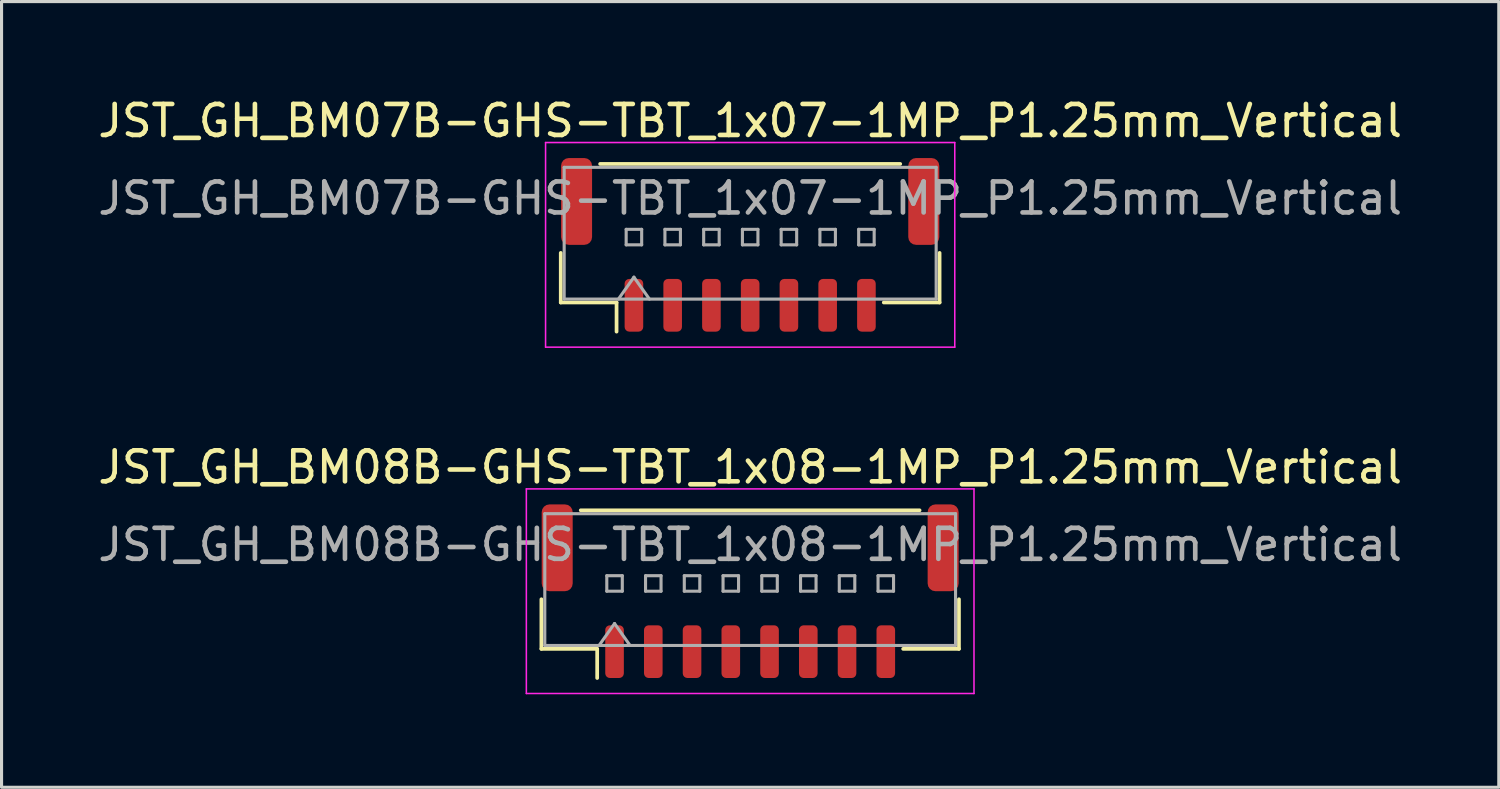
<source format=kicad_pcb>
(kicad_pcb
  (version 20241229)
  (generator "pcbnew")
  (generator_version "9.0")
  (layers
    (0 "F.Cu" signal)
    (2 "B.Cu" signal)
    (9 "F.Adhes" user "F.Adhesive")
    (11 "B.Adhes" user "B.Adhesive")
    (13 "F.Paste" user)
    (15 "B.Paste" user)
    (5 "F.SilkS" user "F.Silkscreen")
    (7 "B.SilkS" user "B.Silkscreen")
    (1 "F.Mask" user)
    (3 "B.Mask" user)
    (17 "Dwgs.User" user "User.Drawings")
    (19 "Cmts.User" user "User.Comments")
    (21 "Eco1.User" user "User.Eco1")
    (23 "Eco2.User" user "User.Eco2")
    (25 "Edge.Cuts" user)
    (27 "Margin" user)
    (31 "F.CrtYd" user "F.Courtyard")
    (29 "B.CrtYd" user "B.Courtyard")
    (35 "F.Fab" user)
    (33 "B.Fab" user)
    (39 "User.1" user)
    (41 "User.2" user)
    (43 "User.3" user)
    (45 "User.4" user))
  (footprint "JST_GH_BM08B-GHS-TBT_1x08-1MP_P1.25mm_Vertical"
    (layer "F.Cu")
    (at 21.149 16.021)
    (property "Reference" "JST_GH_BM08B-GHS-TBT_1x08-1MP_P1.25mm_Vertical" (at 0 -4 0) (layer "F.SilkS") (effects (font (size 1 1) (thickness 0.15))))
    (attr smd)
    (fp_line (start -6.735 0.26) (end -6.735 1.86) (stroke (width 0.12) (type solid)) (layer "F.SilkS"))
    (fp_line (start -6.735 1.86) (end -4.935 1.86) (stroke (width 0.12) (type solid)) (layer "F.SilkS"))
    (fp_line (start -5.465 -2.61) (end 5.465 -2.61) (stroke (width 0.12) (type solid)) (layer "F.SilkS"))
    (fp_line (start -4.935 1.86) (end -4.935 2.8) (stroke (width 0.12) (type solid)) (layer "F.SilkS"))
    (fp_line (start 6.735 0.26) (end 6.735 1.86) (stroke (width 0.12) (type solid)) (layer "F.SilkS"))
    (fp_line (start 6.735 1.86) (end 4.935 1.86) (stroke (width 0.12) (type solid)) (layer "F.SilkS"))
    (fp_line (start -7.22 -3.3) (end -7.22 3.3) (stroke (width 0.05) (type solid)) (layer "F.CrtYd"))
    (fp_line (start -7.22 3.3) (end 7.22 3.3) (stroke (width 0.05) (type solid)) (layer "F.CrtYd"))
    (fp_line (start 7.22 -3.3) (end -7.22 -3.3) (stroke (width 0.05) (type solid)) (layer "F.CrtYd"))
    (fp_line (start 7.22 3.3) (end 7.22 -3.3) (stroke (width 0.05) (type solid)) (layer "F.CrtYd"))
    (fp_line (start -6.625 -2.5) (end 6.625 -2.5) (stroke (width 0.1) (type solid)) (layer "F.Fab"))
    (fp_line (start -6.625 1.75) (end -6.625 -2.5) (stroke (width 0.1) (type solid)) (layer "F.Fab"))
    (fp_line (start -6.625 1.75) (end 6.625 1.75) (stroke (width 0.1) (type solid)) (layer "F.Fab"))
    (fp_line (start -4.875 1.75) (end -4.375 1.043) (stroke (width 0.1) (type solid)) (layer "F.Fab"))
    (fp_line (start -4.625 -0.5) (end -4.625 0) (stroke (width 0.1) (type solid)) (layer "F.Fab"))
    (fp_line (start -4.625 0) (end -4.125 0) (stroke (width 0.1) (type solid)) (layer "F.Fab"))
    (fp_line (start -4.375 1.043) (end -3.875 1.75) (stroke (width 0.1) (type solid)) (layer "F.Fab"))
    (fp_line (start -4.125 -0.5) (end -4.625 -0.5) (stroke (width 0.1) (type solid)) (layer "F.Fab"))
    (fp_line (start -4.125 0) (end -4.125 -0.5) (stroke (width 0.1) (type solid)) (layer "F.Fab"))
    (fp_line (start -3.375 -0.5) (end -3.375 0) (stroke (width 0.1) (type solid)) (layer "F.Fab"))
    (fp_line (start -3.375 0) (end -2.875 0) (stroke (width 0.1) (type solid)) (layer "F.Fab"))
    (fp_line (start -2.875 -0.5) (end -3.375 -0.5) (stroke (width 0.1) (type solid)) (layer "F.Fab"))
    (fp_line (start -2.875 0) (end -2.875 -0.5) (stroke (width 0.1) (type solid)) (layer "F.Fab"))
    (fp_line (start -2.125 -0.5) (end -2.125 0) (stroke (width 0.1) (type solid)) (layer "F.Fab"))
    (fp_line (start -2.125 0) (end -1.625 0) (stroke (width 0.1) (type solid)) (layer "F.Fab"))
    (fp_line (start -1.625 -0.5) (end -2.125 -0.5) (stroke (width 0.1) (type solid)) (layer "F.Fab"))
    (fp_line (start -1.625 0) (end -1.625 -0.5) (stroke (width 0.1) (type solid)) (layer "F.Fab"))
    (fp_line (start -0.875 -0.5) (end -0.875 0) (stroke (width 0.1) (type solid)) (layer "F.Fab"))
    (fp_line (start -0.875 0) (end -0.375 0) (stroke (width 0.1) (type solid)) (layer "F.Fab"))
    (fp_line (start -0.375 -0.5) (end -0.875 -0.5) (stroke (width 0.1) (type solid)) (layer "F.Fab"))
    (fp_line (start -0.375 0) (end -0.375 -0.5) (stroke (width 0.1) (type solid)) (layer "F.Fab"))
    (fp_line (start 0.375 -0.5) (end 0.375 0) (stroke (width 0.1) (type solid)) (layer "F.Fab"))
    (fp_line (start 0.375 0) (end 0.875 0) (stroke (width 0.1) (type solid)) (layer "F.Fab"))
    (fp_line (start 0.875 -0.5) (end 0.375 -0.5) (stroke (width 0.1) (type solid)) (layer "F.Fab"))
    (fp_line (start 0.875 0) (end 0.875 -0.5) (stroke (width 0.1) (type solid)) (layer "F.Fab"))
    (fp_line (start 1.625 -0.5) (end 1.625 0) (stroke (width 0.1) (type solid)) (layer "F.Fab"))
    (fp_line (start 1.625 0) (end 2.125 0) (stroke (width 0.1) (type solid)) (layer "F.Fab"))
    (fp_line (start 2.125 -0.5) (end 1.625 -0.5) (stroke (width 0.1) (type solid)) (layer "F.Fab"))
    (fp_line (start 2.125 0) (end 2.125 -0.5) (stroke (width 0.1) (type solid)) (layer "F.Fab"))
    (fp_line (start 2.875 -0.5) (end 2.875 0) (stroke (width 0.1) (type solid)) (layer "F.Fab"))
    (fp_line (start 2.875 0) (end 3.375 0) (stroke (width 0.1) (type solid)) (layer "F.Fab"))
    (fp_line (start 3.375 -0.5) (end 2.875 -0.5) (stroke (width 0.1) (type solid)) (layer "F.Fab"))
    (fp_line (start 3.375 0) (end 3.375 -0.5) (stroke (width 0.1) (type solid)) (layer "F.Fab"))
    (fp_line (start 4.125 -0.5) (end 4.125 0) (stroke (width 0.1) (type solid)) (layer "F.Fab"))
    (fp_line (start 4.125 0) (end 4.625 0) (stroke (width 0.1) (type solid)) (layer "F.Fab"))
    (fp_line (start 4.625 -0.5) (end 4.125 -0.5) (stroke (width 0.1) (type solid)) (layer "F.Fab"))
    (fp_line (start 4.625 0) (end 4.625 -0.5) (stroke (width 0.1) (type solid)) (layer "F.Fab"))
    (fp_line (start 6.625 1.75) (end 6.625 -2.5) (stroke (width 0.1) (type solid)) (layer "F.Fab"))
    (fp_text user "${REFERENCE}" (at 0 -1.5 0) (layer "F.Fab") (effects (font (size 1 1) (thickness 0.15))))
    (pad "1" smd roundrect (at -4.375 1.95) (size 0.6 1.7) (layers "F.Cu" "F.Mask" "F.Paste") (roundrect_rratio 0.25))
    (pad "2" smd roundrect (at -3.125 1.95) (size 0.6 1.7) (layers "F.Cu" "F.Mask" "F.Paste") (roundrect_rratio 0.25))
    (pad "3" smd roundrect (at -1.875 1.95) (size 0.6 1.7) (layers "F.Cu" "F.Mask" "F.Paste") (roundrect_rratio 0.25))
    (pad "4" smd roundrect (at -0.625 1.95) (size 0.6 1.7) (layers "F.Cu" "F.Mask" "F.Paste") (roundrect_rratio 0.25))
    (pad "5" smd roundrect (at 0.625 1.95) (size 0.6 1.7) (layers "F.Cu" "F.Mask" "F.Paste") (roundrect_rratio 0.25))
    (pad "6" smd roundrect (at 1.875 1.95) (size 0.6 1.7) (layers "F.Cu" "F.Mask" "F.Paste") (roundrect_rratio 0.25))
    (pad "7" smd roundrect (at 3.125 1.95) (size 0.6 1.7) (layers "F.Cu" "F.Mask" "F.Paste") (roundrect_rratio 0.25))
    (pad "8" smd roundrect (at 4.375 1.95) (size 0.6 1.7) (layers "F.Cu" "F.Mask" "F.Paste") (roundrect_rratio 0.25))
    (pad "MP" smd roundrect (at -6.225 -1.4) (size 1 2.8) (layers "F.Cu" "F.Mask" "F.Paste") (roundrect_rratio 0.25))
    (pad "MP" smd roundrect (at 6.225 -1.4) (size 1 2.8) (layers "F.Cu" "F.Mask" "F.Paste") (roundrect_rratio 0.25)))
  (footprint "JST_GH_BM07B-GHS-TBT_1x07-1MP_P1.25mm_Vertical"
    (layer "F.Cu")
    (at 21.149 4.848)
    (property "Reference" "JST_GH_BM07B-GHS-TBT_1x07-1MP_P1.25mm_Vertical" (at 0 -4 0) (layer "F.SilkS") (effects (font (size 1 1) (thickness 0.15))))
    (attr smd)
    (fp_line (start -6.11 0.26) (end -6.11 1.86) (stroke (width 0.12) (type solid)) (layer "F.SilkS"))
    (fp_line (start -6.11 1.86) (end -4.31 1.86) (stroke (width 0.12) (type solid)) (layer "F.SilkS"))
    (fp_line (start -4.84 -2.61) (end 4.84 -2.61) (stroke (width 0.12) (type solid)) (layer "F.SilkS"))
    (fp_line (start -4.31 1.86) (end -4.31 2.8) (stroke (width 0.12) (type solid)) (layer "F.SilkS"))
    (fp_line (start 6.11 0.26) (end 6.11 1.86) (stroke (width 0.12) (type solid)) (layer "F.SilkS"))
    (fp_line (start 6.11 1.86) (end 4.31 1.86) (stroke (width 0.12) (type solid)) (layer "F.SilkS"))
    (fp_line (start -6.6 -3.3) (end -6.6 3.3) (stroke (width 0.05) (type solid)) (layer "F.CrtYd"))
    (fp_line (start -6.6 3.3) (end 6.6 3.3) (stroke (width 0.05) (type solid)) (layer "F.CrtYd"))
    (fp_line (start 6.6 -3.3) (end -6.6 -3.3) (stroke (width 0.05) (type solid)) (layer "F.CrtYd"))
    (fp_line (start 6.6 3.3) (end 6.6 -3.3) (stroke (width 0.05) (type solid)) (layer "F.CrtYd"))
    (fp_line (start -6 -2.5) (end 6 -2.5) (stroke (width 0.1) (type solid)) (layer "F.Fab"))
    (fp_line (start -6 1.75) (end -6 -2.5) (stroke (width 0.1) (type solid)) (layer "F.Fab"))
    (fp_line (start -6 1.75) (end 6 1.75) (stroke (width 0.1) (type solid)) (layer "F.Fab"))
    (fp_line (start -4.25 1.75) (end -3.75 1.043) (stroke (width 0.1) (type solid)) (layer "F.Fab"))
    (fp_line (start -4 -0.5) (end -4 0) (stroke (width 0.1) (type solid)) (layer "F.Fab"))
    (fp_line (start -4 0) (end -3.5 0) (stroke (width 0.1) (type solid)) (layer "F.Fab"))
    (fp_line (start -3.75 1.043) (end -3.25 1.75) (stroke (width 0.1) (type solid)) (layer "F.Fab"))
    (fp_line (start -3.5 -0.5) (end -4 -0.5) (stroke (width 0.1) (type solid)) (layer "F.Fab"))
    (fp_line (start -3.5 0) (end -3.5 -0.5) (stroke (width 0.1) (type solid)) (layer "F.Fab"))
    (fp_line (start -2.75 -0.5) (end -2.75 0) (stroke (width 0.1) (type solid)) (layer "F.Fab"))
    (fp_line (start -2.75 0) (end -2.25 0) (stroke (width 0.1) (type solid)) (layer "F.Fab"))
    (fp_line (start -2.25 -0.5) (end -2.75 -0.5) (stroke (width 0.1) (type solid)) (layer "F.Fab"))
    (fp_line (start -2.25 0) (end -2.25 -0.5) (stroke (width 0.1) (type solid)) (layer "F.Fab"))
    (fp_line (start -1.5 -0.5) (end -1.5 0) (stroke (width 0.1) (type solid)) (layer "F.Fab"))
    (fp_line (start -1.5 0) (end -1 0) (stroke (width 0.1) (type solid)) (layer "F.Fab"))
    (fp_line (start -1 -0.5) (end -1.5 -0.5) (stroke (width 0.1) (type solid)) (layer "F.Fab"))
    (fp_line (start -1 0) (end -1 -0.5) (stroke (width 0.1) (type solid)) (layer "F.Fab"))
    (fp_line (start -0.25 -0.5) (end -0.25 0) (stroke (width 0.1) (type solid)) (layer "F.Fab"))
    (fp_line (start -0.25 0) (end 0.25 0) (stroke (width 0.1) (type solid)) (layer "F.Fab"))
    (fp_line (start 0.25 -0.5) (end -0.25 -0.5) (stroke (width 0.1) (type solid)) (layer "F.Fab"))
    (fp_line (start 0.25 0) (end 0.25 -0.5) (stroke (width 0.1) (type solid)) (layer "F.Fab"))
    (fp_line (start 1 -0.5) (end 1 0) (stroke (width 0.1) (type solid)) (layer "F.Fab"))
    (fp_line (start 1 0) (end 1.5 0) (stroke (width 0.1) (type solid)) (layer "F.Fab"))
    (fp_line (start 1.5 -0.5) (end 1 -0.5) (stroke (width 0.1) (type solid)) (layer "F.Fab"))
    (fp_line (start 1.5 0) (end 1.5 -0.5) (stroke (width 0.1) (type solid)) (layer "F.Fab"))
    (fp_line (start 2.25 -0.5) (end 2.25 0) (stroke (width 0.1) (type solid)) (layer "F.Fab"))
    (fp_line (start 2.25 0) (end 2.75 0) (stroke (width 0.1) (type solid)) (layer "F.Fab"))
    (fp_line (start 2.75 -0.5) (end 2.25 -0.5) (stroke (width 0.1) (type solid)) (layer "F.Fab"))
    (fp_line (start 2.75 0) (end 2.75 -0.5) (stroke (width 0.1) (type solid)) (layer "F.Fab"))
    (fp_line (start 3.5 -0.5) (end 3.5 0) (stroke (width 0.1) (type solid)) (layer "F.Fab"))
    (fp_line (start 3.5 0) (end 4 0) (stroke (width 0.1) (type solid)) (layer "F.Fab"))
    (fp_line (start 4 -0.5) (end 3.5 -0.5) (stroke (width 0.1) (type solid)) (layer "F.Fab"))
    (fp_line (start 4 0) (end 4 -0.5) (stroke (width 0.1) (type solid)) (layer "F.Fab"))
    (fp_line (start 6 1.75) (end 6 -2.5) (stroke (width 0.1) (type solid)) (layer "F.Fab"))
    (fp_text user "${REFERENCE}" (at 0 -1.5 0) (layer "F.Fab") (effects (font (size 1 1) (thickness 0.15))))
    (pad "1" smd roundrect (at -3.75 1.95) (size 0.6 1.7) (layers "F.Cu" "F.Mask" "F.Paste") (roundrect_rratio 0.25))
    (pad "2" smd roundrect (at -2.5 1.95) (size 0.6 1.7) (layers "F.Cu" "F.Mask" "F.Paste") (roundrect_rratio 0.25))
    (pad "3" smd roundrect (at -1.25 1.95) (size 0.6 1.7) (layers "F.Cu" "F.Mask" "F.Paste") (roundrect_rratio 0.25))
    (pad "4" smd roundrect (at 0 1.95) (size 0.6 1.7) (layers "F.Cu" "F.Mask" "F.Paste") (roundrect_rratio 0.25))
    (pad "5" smd roundrect (at 1.25 1.95) (size 0.6 1.7) (layers "F.Cu" "F.Mask" "F.Paste") (roundrect_rratio 0.25))
    (pad "6" smd roundrect (at 2.5 1.95) (size 0.6 1.7) (layers "F.Cu" "F.Mask" "F.Paste") (roundrect_rratio 0.25))
    (pad "7" smd roundrect (at 3.75 1.95) (size 0.6 1.7) (layers "F.Cu" "F.Mask" "F.Paste") (roundrect_rratio 0.25))
    (pad "MP" smd roundrect (at -5.6 -1.4) (size 1 2.8) (layers "F.Cu" "F.Mask" "F.Paste") (roundrect_rratio 0.25))
    (pad "MP" smd roundrect (at 5.6 -1.4) (size 1 2.8) (layers "F.Cu" "F.Mask" "F.Paste") (roundrect_rratio 0.25)))
  (gr_rect
    (start -3 -3)
    (end 45.298 22.346)
    (stroke (width 0.1) (type default))
    (fill no)
    (layer "Edge.Cuts")))
</source>
